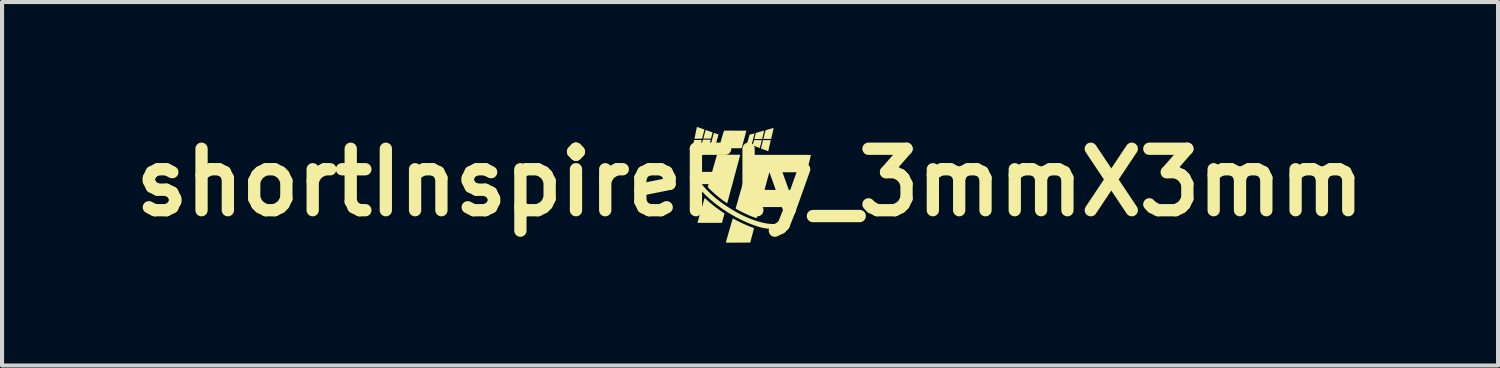
<source format=kicad_pcb>
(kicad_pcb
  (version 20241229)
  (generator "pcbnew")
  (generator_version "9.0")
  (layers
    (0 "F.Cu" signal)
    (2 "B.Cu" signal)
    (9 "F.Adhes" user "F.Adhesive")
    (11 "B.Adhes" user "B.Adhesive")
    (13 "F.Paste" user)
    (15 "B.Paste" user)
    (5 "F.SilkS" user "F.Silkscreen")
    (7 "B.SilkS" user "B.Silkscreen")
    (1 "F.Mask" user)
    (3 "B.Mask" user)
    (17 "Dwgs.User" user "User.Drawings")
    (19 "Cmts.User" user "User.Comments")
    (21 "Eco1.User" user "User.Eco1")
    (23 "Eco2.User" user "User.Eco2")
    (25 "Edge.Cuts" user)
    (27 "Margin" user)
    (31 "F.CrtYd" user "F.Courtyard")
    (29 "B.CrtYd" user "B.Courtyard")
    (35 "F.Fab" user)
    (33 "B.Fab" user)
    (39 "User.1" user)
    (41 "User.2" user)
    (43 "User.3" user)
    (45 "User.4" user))
  (footprint "shortInspireFly_3mmX3mm"
    (layer "F.Cu")
    (at 15.264 1.404)
    (property "Reference" "shortInspireFly_3mmX3mm" (at 0 0 0) (layer "F.SilkS") (effects (font (size 1.5 1.5) (thickness 0.3))))
    (attr board_only exclude_from_pos_files exclude_from_bom)
    (fp_poly (pts (xy 0.575 -1.325) (xy 0.573 -1.316) (xy 0.571 -1.303) (xy 0.567 -1.285) (xy 0.562 -1.265) (xy 0.557 -1.242) (xy 0.552 -1.218) (xy 0.546 -1.193) (xy 0.54 -1.168) (xy 0.535 -1.144) (xy 0.529 -1.121) (xy 0.525 -1.101) (xy 0.52 -1.085) (xy 0.518 -1.074) (xy 0.515 -1.062) (xy 0.42 -1.062) (xy 0.326 -1.062) (xy 0.352 -1.167) (xy 0.358 -1.192) (xy 0.364 -1.215) (xy 0.37 -1.235) (xy 0.374 -1.251) (xy 0.377 -1.264) (xy 0.38 -1.271) (xy 0.38 -1.273) (xy 0.384 -1.275) (xy 0.393 -1.277) (xy 0.406 -1.281) (xy 0.422 -1.286) (xy 0.442 -1.292) (xy 0.462 -1.298) (xy 0.483 -1.304) (xy 0.505 -1.31) (xy 0.524 -1.315) (xy 0.542 -1.32) (xy 0.557 -1.324) (xy 0.568 -1.327) (xy 0.575 -1.328) (xy 0.576 -1.328)) (stroke (width 0) (type solid)) (fill yes) (layer "F.SilkS"))
    (fp_poly (pts (xy 0.344 -1.26) (xy 0.342 -1.251) (xy 0.339 -1.238) (xy 0.335 -1.22) (xy 0.33 -1.2) (xy 0.324 -1.176) (xy 0.32 -1.163) (xy 0.296 -1.063) (xy 0.24 -1.061) (xy 0.205 -1.06) (xy 0.175 -1.059) (xy 0.15 -1.059) (xy 0.13 -1.059) (xy 0.116 -1.06) (xy 0.108 -1.061) (xy 0.106 -1.063) (xy 0.107 -1.067) (xy 0.109 -1.076) (xy 0.112 -1.089) (xy 0.116 -1.105) (xy 0.121 -1.123) (xy 0.126 -1.142) (xy 0.13 -1.16) (xy 0.135 -1.176) (xy 0.139 -1.19) (xy 0.141 -1.201) (xy 0.143 -1.206) (xy 0.144 -1.207) (xy 0.147 -1.208) (xy 0.156 -1.211) (xy 0.169 -1.215) (xy 0.185 -1.22) (xy 0.204 -1.225) (xy 0.225 -1.231) (xy 0.247 -1.237) (xy 0.268 -1.243) (xy 0.288 -1.249) (xy 0.307 -1.254) (xy 0.323 -1.258) (xy 0.335 -1.261) (xy 0.342 -1.263) (xy 0.344 -1.263)) (stroke (width 0) (type solid)) (fill yes) (layer "F.SilkS"))
    (fp_poly (pts (xy 0.216 -1.033) (xy 0.238 -1.033) (xy 0.256 -1.033) (xy 0.271 -1.032) (xy 0.281 -1.032) (xy 0.286 -1.031) (xy 0.287 -1.031) (xy 0.286 -1.026) (xy 0.284 -1.016) (xy 0.28 -1.001) (xy 0.276 -0.984) (xy 0.271 -0.965) (xy 0.266 -0.944) (xy 0.261 -0.923) (xy 0.255 -0.902) (xy 0.25 -0.883) (xy 0.245 -0.867) (xy 0.242 -0.853) (xy 0.239 -0.844) (xy 0.237 -0.84) (xy 0.237 -0.84) (xy 0.233 -0.841) (xy 0.224 -0.845) (xy 0.211 -0.849) (xy 0.194 -0.856) (xy 0.174 -0.863) (xy 0.152 -0.871) (xy 0.15 -0.872) (xy 0.125 -0.882) (xy 0.106 -0.889) (xy 0.091 -0.895) (xy 0.081 -0.9) (xy 0.074 -0.903) (xy 0.069 -0.906) (xy 0.067 -0.908) (xy 0.067 -0.91) (xy 0.067 -0.912) (xy 0.068 -0.917) (xy 0.07 -0.928) (xy 0.074 -0.942) (xy 0.078 -0.959) (xy 0.083 -0.976) (xy 0.098 -1.033) (xy 0.192 -1.033)) (stroke (width 0) (type solid)) (fill yes) (layer "F.SilkS"))
    (fp_poly (pts (xy -1.071 -1.275) (xy -1.056 -1.271) (xy -1.035 -1.264) (xy -1.01 -1.255) (xy -0.999 -1.251) (xy -0.977 -1.244) (xy -0.957 -1.237) (xy -0.941 -1.231) (xy -0.927 -1.226) (xy -0.918 -1.223) (xy -0.915 -1.222) (xy -0.915 -1.222) (xy -0.915 -1.218) (xy -0.917 -1.21) (xy -0.92 -1.198) (xy -0.924 -1.182) (xy -0.928 -1.164) (xy -0.933 -1.146) (xy -0.938 -1.127) (xy -0.942 -1.11) (xy -0.946 -1.094) (xy -0.95 -1.082) (xy -0.95 -1.081) (xy -0.953 -1.069) (xy -1.046 -1.069) (xy -1.071 -1.069) (xy -1.093 -1.069) (xy -1.112 -1.07) (xy -1.126 -1.07) (xy -1.136 -1.071) (xy -1.14 -1.072) (xy -1.14 -1.072) (xy -1.139 -1.075) (xy -1.137 -1.084) (xy -1.133 -1.097) (xy -1.128 -1.114) (xy -1.123 -1.134) (xy -1.117 -1.155) (xy -1.112 -1.177) (xy -1.106 -1.198) (xy -1.1 -1.219) (xy -1.095 -1.238) (xy -1.09 -1.254) (xy -1.087 -1.267) (xy -1.084 -1.275) (xy -1.084 -1.277) (xy -1.08 -1.277)) (stroke (width 0) (type solid)) (fill yes) (layer "F.SilkS"))
    (fp_poly (pts (xy -1.32 -1.036) (xy -1.299 -1.036) (xy -1.276 -1.036) (xy -1.271 -1.036) (xy -1.179 -1.035) (xy -1.206 -0.936) (xy -1.212 -0.912) (xy -1.218 -0.889) (xy -1.224 -0.87) (xy -1.228 -0.854) (xy -1.231 -0.843) (xy -1.233 -0.837) (xy -1.234 -0.836) (xy -1.237 -0.835) (xy -1.245 -0.832) (xy -1.258 -0.828) (xy -1.274 -0.823) (xy -1.293 -0.818) (xy -1.313 -0.812) (xy -1.333 -0.806) (xy -1.353 -0.8) (xy -1.372 -0.795) (xy -1.388 -0.79) (xy -1.4 -0.787) (xy -1.409 -0.784) (xy -1.411 -0.784) (xy -1.418 -0.783) (xy -1.419 -0.784) (xy -1.419 -0.786) (xy -1.418 -0.791) (xy -1.415 -0.8) (xy -1.412 -0.815) (xy -1.408 -0.834) (xy -1.403 -0.856) (xy -1.398 -0.881) (xy -1.392 -0.908) (xy -1.391 -0.913) (xy -1.385 -0.94) (xy -1.38 -0.965) (xy -1.375 -0.987) (xy -1.371 -1.006) (xy -1.367 -1.021) (xy -1.365 -1.031) (xy -1.364 -1.036) (xy -1.364 -1.036) (xy -1.36 -1.036) (xy -1.351 -1.036) (xy -1.338 -1.036)) (stroke (width 0) (type solid)) (fill yes) (layer "F.SilkS"))
    (fp_poly (pts (xy 0.473 -1.033) (xy 0.488 -1.033) (xy 0.499 -1.032) (xy 0.504 -1.032) (xy 0.504 -1.032) (xy 0.504 -1.029) (xy 0.503 -1.019) (xy 0.5 -1.003) (xy 0.495 -0.981) (xy 0.489 -0.952) (xy 0.481 -0.918) (xy 0.478 -0.904) (xy 0.471 -0.876) (xy 0.465 -0.85) (xy 0.46 -0.827) (xy 0.455 -0.806) (xy 0.451 -0.79) (xy 0.449 -0.778) (xy 0.448 -0.771) (xy 0.448 -0.77) (xy 0.446 -0.764) (xy 0.443 -0.761) (xy 0.44 -0.762) (xy 0.437 -0.763) (xy 0.428 -0.767) (xy 0.415 -0.772) (xy 0.398 -0.778) (xy 0.379 -0.786) (xy 0.357 -0.794) (xy 0.354 -0.795) (xy 0.332 -0.803) (xy 0.312 -0.811) (xy 0.295 -0.818) (xy 0.282 -0.823) (xy 0.272 -0.827) (xy 0.268 -0.828) (xy 0.268 -0.828) (xy 0.269 -0.832) (xy 0.27 -0.841) (xy 0.274 -0.854) (xy 0.278 -0.872) (xy 0.283 -0.893) (xy 0.288 -0.916) (xy 0.292 -0.931) (xy 0.318 -1.032) (xy 0.409 -1.033) (xy 0.433 -1.033) (xy 0.455 -1.033)) (stroke (width 0) (type solid)) (fill yes) (layer "F.SilkS"))
    (fp_poly (pts (xy -1.293 -1.354) (xy -1.284 -1.351) (xy -1.271 -1.347) (xy -1.255 -1.341) (xy -1.235 -1.334) (xy -1.213 -1.326) (xy -1.205 -1.324) (xy -1.115 -1.292) (xy -1.116 -1.283) (xy -1.117 -1.277) (xy -1.12 -1.267) (xy -1.123 -1.251) (xy -1.128 -1.232) (xy -1.134 -1.21) (xy -1.14 -1.186) (xy -1.144 -1.172) (xy -1.17 -1.07) (xy -1.194 -1.068) (xy -1.205 -1.068) (xy -1.221 -1.067) (xy -1.24 -1.067) (xy -1.262 -1.066) (xy -1.284 -1.066) (xy -1.287 -1.066) (xy -1.31 -1.066) (xy -1.327 -1.066) (xy -1.339 -1.066) (xy -1.347 -1.067) (xy -1.352 -1.067) (xy -1.354 -1.069) (xy -1.355 -1.07) (xy -1.355 -1.072) (xy -1.355 -1.076) (xy -1.353 -1.086) (xy -1.35 -1.1) (xy -1.346 -1.118) (xy -1.342 -1.139) (xy -1.337 -1.162) (xy -1.332 -1.187) (xy -1.326 -1.213) (xy -1.321 -1.239) (xy -1.316 -1.264) (xy -1.311 -1.288) (xy -1.306 -1.309) (xy -1.302 -1.327) (xy -1.299 -1.341) (xy -1.297 -1.35) (xy -1.296 -1.354) (xy -1.296 -1.355)) (stroke (width 0) (type solid)) (fill yes) (layer "F.SilkS"))
    (fp_poly (pts (xy 0.108 -1.193) (xy 0.106 -1.184) (xy 0.103 -1.17) (xy 0.099 -1.152) (xy 0.093 -1.131) (xy 0.087 -1.106) (xy 0.08 -1.079) (xy 0.077 -1.068) (xy 0.07 -1.04) (xy 0.063 -1.014) (xy 0.057 -0.99) (xy 0.052 -0.969) (xy 0.047 -0.951) (xy 0.044 -0.938) (xy 0.042 -0.931) (xy 0.041 -0.93) (xy 0.039 -0.923) (xy 0.036 -0.919) (xy 0.031 -0.918) (xy 0.023 -0.92) (xy 0.011 -0.924) (xy 0.003 -0.927) (xy -0.013 -0.934) (xy -0.031 -0.94) (xy -0.045 -0.945) (xy -0.07 -0.953) (xy -0.05 -1.025) (xy -0.043 -1.048) (xy -0.037 -1.072) (xy -0.031 -1.094) (xy -0.026 -1.113) (xy -0.022 -1.128) (xy -0.021 -1.131) (xy -0.017 -1.147) (xy -0.014 -1.157) (xy -0.011 -1.163) (xy -0.008 -1.166) (xy -0.004 -1.167) (xy -0.004 -1.167) (xy 0.002 -1.169) (xy 0.013 -1.172) (xy 0.028 -1.176) (xy 0.045 -1.18) (xy 0.056 -1.184) (xy 0.073 -1.188) (xy 0.088 -1.192) (xy 0.1 -1.195) (xy 0.107 -1.196) (xy 0.109 -1.196)) (stroke (width 0) (type solid)) (fill yes) (layer "F.SilkS"))
    (fp_poly (pts (xy -1.026 -1.043) (xy -1.004 -1.043) (xy -0.988 -1.043) (xy -0.976 -1.042) (xy -0.968 -1.042) (xy -0.964 -1.041) (xy -0.961 -1.04) (xy -0.96 -1.039) (xy -0.961 -1.037) (xy -0.962 -1.033) (xy -0.964 -1.023) (xy -0.968 -1.009) (xy -0.972 -0.992) (xy -0.977 -0.973) (xy -0.977 -0.972) (xy -0.982 -0.953) (xy -0.987 -0.937) (xy -0.991 -0.923) (xy -0.994 -0.913) (xy -0.996 -0.909) (xy -0.996 -0.909) (xy -0.999 -0.907) (xy -1.008 -0.904) (xy -1.022 -0.9) (xy -1.038 -0.895) (xy -1.058 -0.889) (xy -1.079 -0.882) (xy -1.1 -0.875) (xy -1.122 -0.869) (xy -1.143 -0.863) (xy -1.161 -0.857) (xy -1.177 -0.852) (xy -1.189 -0.849) (xy -1.197 -0.847) (xy -1.199 -0.847) (xy -1.201 -0.849) (xy -1.201 -0.85) (xy -1.2 -0.854) (xy -1.198 -0.863) (xy -1.194 -0.877) (xy -1.19 -0.894) (xy -1.184 -0.913) (xy -1.179 -0.933) (xy -1.173 -0.954) (xy -1.167 -0.975) (xy -1.162 -0.994) (xy -1.157 -1.011) (xy -1.153 -1.024) (xy -1.151 -1.033) (xy -1.149 -1.036) (xy -1.146 -1.043) (xy -1.053 -1.043)) (stroke (width 0) (type solid)) (fill yes) (layer "F.SilkS"))
    (fp_poly (pts (xy -0.88 -1.207) (xy -0.872 -1.205) (xy -0.86 -1.201) (xy -0.846 -1.197) (xy -0.83 -1.192) (xy -0.814 -1.187) (xy -0.799 -1.182) (xy -0.786 -1.177) (xy -0.776 -1.173) (xy -0.771 -1.171) (xy -0.77 -1.171) (xy -0.771 -1.168) (xy -0.773 -1.159) (xy -0.777 -1.146) (xy -0.781 -1.13) (xy -0.786 -1.111) (xy -0.792 -1.09) (xy -0.798 -1.069) (xy -0.804 -1.048) (xy -0.809 -1.027) (xy -0.815 -1.009) (xy -0.819 -0.993) (xy -0.823 -0.982) (xy -0.824 -0.976) (xy -0.831 -0.956) (xy -0.864 -0.946) (xy -0.882 -0.941) (xy -0.902 -0.935) (xy -0.92 -0.929) (xy -0.926 -0.927) (xy -0.94 -0.923) (xy -0.949 -0.921) (xy -0.954 -0.921) (xy -0.956 -0.922) (xy -0.956 -0.923) (xy -0.955 -0.927) (xy -0.953 -0.936) (xy -0.95 -0.95) (xy -0.945 -0.968) (xy -0.94 -0.99) (xy -0.934 -1.013) (xy -0.928 -1.038) (xy -0.921 -1.064) (xy -0.915 -1.09) (xy -0.908 -1.115) (xy -0.902 -1.139) (xy -0.896 -1.16) (xy -0.892 -1.178) (xy -0.888 -1.193) (xy -0.885 -1.203) (xy -0.884 -1.207) (xy -0.884 -1.207)) (stroke (width 0) (type solid)) (fill yes) (layer "F.SilkS"))
    (fp_poly (pts (xy -1.106 0.382) (xy -1.1 0.387) (xy -1.09 0.395) (xy -1.078 0.406) (xy -1.071 0.413) (xy -1.001 0.476) (xy -0.925 0.539) (xy -0.844 0.602) (xy -0.761 0.664) (xy -0.681 0.719) (xy -0.665 0.731) (xy -0.65 0.741) (xy -0.638 0.75) (xy -0.629 0.757) (xy -0.625 0.761) (xy -0.625 0.761) (xy -0.625 0.765) (xy -0.628 0.774) (xy -0.631 0.788) (xy -0.636 0.806) (xy -0.642 0.828) (xy -0.648 0.852) (xy -0.655 0.876) (xy -0.685 0.987) (xy -0.985 0.988) (xy -1.037 0.988) (xy -1.084 0.988) (xy -1.124 0.988) (xy -1.159 0.988) (xy -1.189 0.988) (xy -1.214 0.987) (xy -1.235 0.987) (xy -1.252 0.987) (xy -1.264 0.987) (xy -1.274 0.986) (xy -1.28 0.986) (xy -1.283 0.985) (xy -1.284 0.984) (xy -1.283 0.981) (xy -1.28 0.971) (xy -1.276 0.957) (xy -1.27 0.937) (xy -1.263 0.913) (xy -1.255 0.885) (xy -1.246 0.853) (xy -1.236 0.818) (xy -1.225 0.781) (xy -1.213 0.74) (xy -1.201 0.699) (xy -1.196 0.681) (xy -1.184 0.638) (xy -1.172 0.598) (xy -1.161 0.559) (xy -1.151 0.523) (xy -1.141 0.49) (xy -1.133 0.461) (xy -1.125 0.435) (xy -1.119 0.414) (xy -1.114 0.398) (xy -1.111 0.387) (xy -1.109 0.381) (xy -1.109 0.38)) (stroke (width 0) (type solid)) (fill yes) (layer "F.SilkS"))
    (fp_poly (pts (xy -0.459 -1.265) (xy -0.415 -1.265) (xy -0.366 -1.264) (xy -0.36 -1.264) (xy -0.088 -1.264) (xy -0.145 -1.054) (xy -0.154 -1.019) (xy -0.164 -0.985) (xy -0.172 -0.953) (xy -0.18 -0.924) (xy -0.187 -0.899) (xy -0.193 -0.877) (xy -0.198 -0.86) (xy -0.201 -0.848) (xy -0.203 -0.841) (xy -0.204 -0.839) (xy -0.204 -0.838) (xy -0.206 -0.838) (xy -0.208 -0.837) (xy -0.213 -0.836) (xy -0.219 -0.836) (xy -0.227 -0.835) (xy -0.239 -0.835) (xy -0.253 -0.834) (xy -0.272 -0.834) (xy -0.294 -0.834) (xy -0.32 -0.834) (xy -0.352 -0.834) (xy -0.388 -0.834) (xy -0.43 -0.834) (xy -0.479 -0.834) (xy -0.481 -0.834) (xy -0.524 -0.834) (xy -0.565 -0.834) (xy -0.603 -0.834) (xy -0.638 -0.834) (xy -0.669 -0.835) (xy -0.696 -0.835) (xy -0.719 -0.835) (xy -0.737 -0.836) (xy -0.75 -0.836) (xy -0.757 -0.836) (xy -0.758 -0.837) (xy -0.757 -0.84) (xy -0.755 -0.849) (xy -0.752 -0.863) (xy -0.747 -0.882) (xy -0.741 -0.904) (xy -0.734 -0.929) (xy -0.726 -0.957) (xy -0.717 -0.986) (xy -0.709 -1.017) (xy -0.7 -1.048) (xy -0.691 -1.08) (xy -0.682 -1.111) (xy -0.673 -1.14) (xy -0.665 -1.168) (xy -0.658 -1.193) (xy -0.651 -1.215) (xy -0.645 -1.234) (xy -0.641 -1.248) (xy -0.638 -1.257) (xy -0.636 -1.261) (xy -0.636 -1.261) (xy -0.634 -1.262) (xy -0.63 -1.263) (xy -0.622 -1.263) (xy -0.611 -1.264) (xy -0.597 -1.264) (xy -0.579 -1.264) (xy -0.556 -1.264) (xy -0.529 -1.265) (xy -0.496 -1.265)) (stroke (width 0) (type solid)) (fill yes) (layer "F.SilkS"))
    (fp_poly (pts (xy -0.413 0.883) (xy -0.412 0.884) (xy -0.41 0.885) (xy -0.406 0.888) (xy -0.397 0.893) (xy -0.383 0.9) (xy -0.366 0.909) (xy -0.347 0.92) (xy -0.325 0.931) (xy -0.303 0.942) (xy -0.28 0.953) (xy -0.258 0.964) (xy -0.238 0.974) (xy -0.219 0.983) (xy -0.216 0.985) (xy -0.167 1.008) (xy -0.117 1.03) (xy -0.066 1.052) (xy -0.018 1.072) (xy 0.028 1.089) (xy 0.038 1.093) (xy 0.058 1.101) (xy 0.074 1.107) (xy 0.084 1.111) (xy 0.091 1.115) (xy 0.095 1.118) (xy 0.096 1.12) (xy 0.096 1.122) (xy 0.096 1.126) (xy 0.093 1.136) (xy 0.089 1.151) (xy 0.084 1.17) (xy 0.078 1.193) (xy 0.071 1.22) (xy 0.064 1.249) (xy 0.055 1.28) (xy 0.05 1.299) (xy 0.005 1.47) (xy -0.294 1.47) (xy -0.346 1.471) (xy -0.393 1.471) (xy -0.433 1.471) (xy -0.468 1.471) (xy -0.498 1.471) (xy -0.523 1.47) (xy -0.543 1.47) (xy -0.56 1.47) (xy -0.573 1.469) (xy -0.582 1.469) (xy -0.588 1.468) (xy -0.591 1.468) (xy -0.592 1.467) (xy -0.59 1.464) (xy -0.588 1.454) (xy -0.583 1.44) (xy -0.578 1.42) (xy -0.571 1.396) (xy -0.563 1.368) (xy -0.554 1.336) (xy -0.544 1.302) (xy -0.533 1.264) (xy -0.522 1.224) (xy -0.51 1.183) (xy -0.507 1.173) (xy -0.492 1.123) (xy -0.48 1.079) (xy -0.469 1.041) (xy -0.459 1.008) (xy -0.451 0.98) (xy -0.444 0.956) (xy -0.438 0.936) (xy -0.433 0.92) (xy -0.428 0.907) (xy -0.425 0.898) (xy -0.422 0.891) (xy -0.419 0.886) (xy -0.417 0.883) (xy -0.415 0.882)) (stroke (width 0) (type solid)) (fill yes) (layer "F.SilkS"))
    (fp_poly (pts (xy -0.472 -0.676) (xy -0.429 -0.676) (xy -0.391 -0.676) (xy -0.359 -0.676) (xy -0.332 -0.676) (xy -0.309 -0.676) (xy -0.29 -0.675) (xy -0.275 -0.675) (xy -0.263 -0.675) (xy -0.254 -0.674) (xy -0.248 -0.674) (xy -0.243 -0.673) (xy -0.241 -0.673) (xy -0.24 -0.672) (xy -0.239 -0.671) (xy -0.24 -0.67) (xy -0.241 -0.667) (xy -0.243 -0.657) (xy -0.247 -0.642) (xy -0.253 -0.622) (xy -0.26 -0.596) (xy -0.268 -0.566) (xy -0.277 -0.532) (xy -0.287 -0.493) (xy -0.299 -0.451) (xy -0.311 -0.405) (xy -0.324 -0.356) (xy -0.338 -0.304) (xy -0.352 -0.25) (xy -0.368 -0.194) (xy -0.383 -0.135) (xy -0.398 -0.082) (xy -0.414 -0.022) (xy -0.429 0.036) (xy -0.444 0.092) (xy -0.459 0.146) (xy -0.473 0.197) (xy -0.486 0.246) (xy -0.498 0.291) (xy -0.509 0.333) (xy -0.519 0.371) (xy -0.529 0.405) (xy -0.537 0.435) (xy -0.543 0.46) (xy -0.549 0.48) (xy -0.553 0.494) (xy -0.555 0.503) (xy -0.556 0.506) (xy -0.558 0.508) (xy -0.561 0.507) (xy -0.567 0.505) (xy -0.576 0.499) (xy -0.589 0.49) (xy -0.594 0.487) (xy -0.616 0.472) (xy -0.642 0.453) (xy -0.669 0.433) (xy -0.698 0.411) (xy -0.726 0.39) (xy -0.753 0.369) (xy -0.775 0.351) (xy -0.777 0.349) (xy -0.802 0.329) (xy -0.828 0.307) (xy -0.854 0.285) (xy -0.88 0.262) (xy -0.905 0.239) (xy -0.929 0.216) (xy -0.952 0.195) (xy -0.973 0.175) (xy -0.991 0.157) (xy -1.006 0.141) (xy -1.018 0.128) (xy -1.026 0.118) (xy -1.03 0.111) (xy -1.03 0.11) (xy -1.029 0.106) (xy -1.027 0.097) (xy -1.023 0.082) (xy -1.017 0.062) (xy -1.011 0.038) (xy -1.003 0.01) (xy -0.994 -0.021) (xy -0.984 -0.055) (xy -0.974 -0.092) (xy -0.963 -0.131) (xy -0.951 -0.172) (xy -0.939 -0.213) (xy -0.927 -0.256) (xy -0.915 -0.299) (xy -0.903 -0.341) (xy -0.891 -0.383) (xy -0.879 -0.424) (xy -0.868 -0.463) (xy -0.857 -0.5) (xy -0.847 -0.535) (xy -0.838 -0.566) (xy -0.83 -0.595) (xy -0.823 -0.619) (xy -0.817 -0.639) (xy -0.813 -0.654) (xy -0.809 -0.664) (xy -0.808 -0.669) (xy -0.805 -0.676) (xy -0.521 -0.676)) (stroke (width 0) (type solid)) (fill yes) (layer "F.SilkS"))
    (fp_poly (pts (xy -0.835 -0.795) (xy -0.827 -0.794) (xy -0.824 -0.792) (xy -0.827 -0.789) (xy -0.831 -0.789) (xy -0.839 -0.788) (xy -0.852 -0.786) (xy -0.868 -0.783) (xy -0.888 -0.779) (xy -0.909 -0.774) (xy -0.93 -0.769) (xy -0.951 -0.764) (xy -0.97 -0.76) (xy -0.985 -0.755) (xy -0.997 -0.752) (xy -0.997 -0.752) (xy -1.039 -0.736) (xy -1.081 -0.717) (xy -1.121 -0.697) (xy -1.159 -0.676) (xy -1.194 -0.654) (xy -1.215 -0.638) (xy -1.253 -0.605) (xy -1.285 -0.57) (xy -1.311 -0.533) (xy -1.331 -0.494) (xy -1.345 -0.451) (xy -1.355 -0.406) (xy -1.356 -0.398) (xy -1.358 -0.354) (xy -1.354 -0.307) (xy -1.344 -0.259) (xy -1.328 -0.208) (xy -1.306 -0.156) (xy -1.277 -0.102) (xy -1.243 -0.046) (xy -1.202 0.012) (xy -1.155 0.072) (xy -1.102 0.134) (xy -1.072 0.167) (xy -1.02 0.221) (xy -0.962 0.276) (xy -0.9 0.332) (xy -0.834 0.388) (xy -0.764 0.443) (xy -0.692 0.497) (xy -0.618 0.549) (xy -0.571 0.581) (xy -0.478 0.641) (xy -0.384 0.697) (xy -0.29 0.749) (xy -0.196 0.797) (xy -0.103 0.841) (xy -0.011 0.88) (xy 0.08 0.915) (xy 0.169 0.945) (xy 0.255 0.97) (xy 0.34 0.99) (xy 0.421 1.005) (xy 0.444 1.008) (xy 0.47 1.011) (xy 0.499 1.013) (xy 0.53 1.014) (xy 0.561 1.015) (xy 0.591 1.015) (xy 0.618 1.014) (xy 0.641 1.012) (xy 0.647 1.011) (xy 0.673 1.007) (xy 0.699 1.001) (xy 0.725 0.994) (xy 0.749 0.987) (xy 0.77 0.979) (xy 0.786 0.972) (xy 0.791 0.968) (xy 0.81 0.954) (xy 0.827 0.936) (xy 0.842 0.918) (xy 0.849 0.906) (xy 0.859 0.882) (xy 0.865 0.857) (xy 0.865 0.831) (xy 0.861 0.804) (xy 0.851 0.774) (xy 0.842 0.753) (xy 0.827 0.723) (xy 0.844 0.74) (xy 0.862 0.763) (xy 0.879 0.787) (xy 0.893 0.811) (xy 0.903 0.833) (xy 0.903 0.835) (xy 0.909 0.856) (xy 0.913 0.881) (xy 0.914 0.907) (xy 0.914 0.931) (xy 0.911 0.951) (xy 0.902 0.98) (xy 0.887 1.007) (xy 0.867 1.033) (xy 0.842 1.057) (xy 0.812 1.079) (xy 0.779 1.097) (xy 0.743 1.112) (xy 0.724 1.118) (xy 0.686 1.127) (xy 0.644 1.133) (xy 0.599 1.137) (xy 0.552 1.138) (xy 0.507 1.136) (xy 0.436 1.13) (xy 0.368 1.12) (xy 0.303 1.108) (xy 0.242 1.093) (xy 0.236 1.091) (xy 0.142 1.062) (xy 0.046 1.027) (xy -0.052 0.988) (xy -0.151 0.944) (xy -0.25 0.895) (xy -0.35 0.844) (xy -0.448 0.788) (xy -0.545 0.73) (xy -0.64 0.669) (xy -0.732 0.605) (xy -0.773 0.575) (xy -0.837 0.527) (xy -0.9 0.475) (xy -0.962 0.423) (xy -1.022 0.369) (xy -1.078 0.316) (xy -1.131 0.263) (xy -1.179 0.212) (xy -1.196 0.193) (xy -1.23 0.152) (xy -1.264 0.109) (xy -1.297 0.065) (xy -1.326 0.022) (xy -1.353 -0.02) (xy -1.376 -0.059) (xy -1.389 -0.083) (xy -1.402 -0.11) (xy -1.412 -0.134) (xy -1.421 -0.156) (xy -1.428 -0.178) (xy -1.435 -0.204) (xy -1.435 -0.205) (xy -1.446 -0.26) (xy -1.451 -0.313) (xy -1.449 -0.365) (xy -1.441 -0.415) (xy -1.428 -0.463) (xy -1.409 -0.509) (xy -1.384 -0.552) (xy -1.353 -0.592) (xy -1.318 -0.63) (xy -1.277 -0.664) (xy -1.23 -0.695) (xy -1.185 -0.719) (xy -1.142 -0.738) (xy -1.096 -0.754) (xy -1.047 -0.769) (xy -1 -0.78) (xy -0.959 -0.787) (xy -0.942 -0.789) (xy -0.922 -0.791) (xy -0.902 -0.793) (xy -0.882 -0.794) (xy -0.864 -0.795) (xy -0.848 -0.795)) (stroke (width 0) (type solid)) (fill yes) (layer "F.SilkS"))
    (fp_poly (pts (xy 0.837 -0.673) (xy 0.913 -0.673) (xy 0.984 -0.673) (xy 1.048 -0.673) (xy 1.107 -0.673) (xy 1.16 -0.673) (xy 1.209 -0.673) (xy 1.252 -0.672) (xy 1.291 -0.672) (xy 1.326 -0.672) (xy 1.356 -0.672) (xy 1.383 -0.672) (xy 1.406 -0.672) (xy 1.426 -0.671) (xy 1.442 -0.671) (xy 1.455 -0.671) (xy 1.466 -0.67) (xy 1.474 -0.67) (xy 1.48 -0.67) (xy 1.484 -0.669) (xy 1.486 -0.669) (xy 1.486 -0.668) (xy 1.484 -0.661) (xy 1.481 -0.65) (xy 1.478 -0.637) (xy 1.474 -0.623) (xy 1.472 -0.61) (xy 1.47 -0.6) (xy 1.469 -0.594) (xy 1.469 -0.594) (xy 1.468 -0.59) (xy 1.466 -0.581) (xy 1.462 -0.566) (xy 1.458 -0.548) (xy 1.452 -0.526) (xy 1.446 -0.502) (xy 1.439 -0.475) (xy 1.432 -0.448) (xy 1.424 -0.419) (xy 1.417 -0.391) (xy 1.409 -0.364) (xy 1.403 -0.338) (xy 1.396 -0.315) (xy 1.391 -0.294) (xy 1.386 -0.277) (xy 1.383 -0.265) (xy 1.381 -0.258) (xy 1.377 -0.248) (xy 0.928 -0.248) (xy 0.862 -0.248) (xy 0.802 -0.248) (xy 0.748 -0.248) (xy 0.7 -0.248) (xy 0.658 -0.247) (xy 0.62 -0.247) (xy 0.588 -0.247) (xy 0.56 -0.247) (xy 0.536 -0.246) (xy 0.517 -0.246) (xy 0.501 -0.246) (xy 0.49 -0.245) (xy 0.481 -0.245) (xy 0.476 -0.244) (xy 0.473 -0.244) (xy 0.473 -0.244) (xy 0.471 -0.24) (xy 0.468 -0.23) (xy 0.463 -0.215) (xy 0.457 -0.194) (xy 0.45 -0.169) (xy 0.442 -0.139) (xy 0.432 -0.105) (xy 0.422 -0.067) (xy 0.412 -0.032) (xy 0.403 0.003) (xy 0.394 0.037) (xy 0.385 0.068) (xy 0.377 0.097) (xy 0.371 0.122) (xy 0.365 0.143) (xy 0.36 0.16) (xy 0.357 0.172) (xy 0.355 0.178) (xy 0.355 0.179) (xy 0.356 0.18) (xy 0.359 0.181) (xy 0.365 0.181) (xy 0.375 0.181) (xy 0.387 0.182) (xy 0.403 0.182) (xy 0.423 0.182) (xy 0.447 0.183) (xy 0.476 0.183) (xy 0.509 0.183) (xy 0.547 0.183) (xy 0.59 0.183) (xy 0.639 0.183) (xy 0.693 0.183) (xy 0.754 0.183) (xy 0.793 0.183) (xy 1.233 0.183) (xy 1.224 0.213) (xy 1.221 0.227) (xy 1.218 0.24) (xy 1.216 0.25) (xy 1.216 0.253) (xy 1.215 0.257) (xy 1.212 0.267) (xy 1.208 0.282) (xy 1.204 0.301) (xy 1.198 0.323) (xy 1.191 0.348) (xy 1.184 0.375) (xy 1.177 0.403) (xy 1.17 0.431) (xy 1.162 0.46) (xy 1.155 0.487) (xy 1.148 0.513) (xy 1.142 0.536) (xy 1.136 0.557) (xy 1.132 0.573) (xy 1.128 0.585) (xy 1.126 0.592) (xy 1.123 0.602) (xy 0.68 0.602) (xy 0.236 0.602) (xy 0.203 0.725) (xy 0.196 0.753) (xy 0.189 0.779) (xy 0.183 0.803) (xy 0.177 0.823) (xy 0.173 0.84) (xy 0.169 0.852) (xy 0.167 0.86) (xy 0.167 0.86) (xy 0.163 0.869) (xy 0.158 0.872) (xy 0.154 0.871) (xy 0.144 0.868) (xy 0.131 0.864) (xy 0.115 0.858) (xy 0.106 0.855) (xy 0.037 0.829) (xy -0.031 0.801) (xy -0.098 0.771) (xy -0.167 0.738) (xy -0.198 0.723) (xy -0.236 0.703) (xy -0.269 0.686) (xy -0.296 0.671) (xy -0.318 0.659) (xy -0.334 0.649) (xy -0.345 0.642) (xy -0.35 0.637) (xy -0.35 0.637) (xy -0.349 0.633) (xy -0.347 0.624) (xy -0.343 0.609) (xy -0.337 0.588) (xy -0.33 0.563) (xy -0.322 0.533) (xy -0.312 0.498) (xy -0.301 0.459) (xy -0.289 0.417) (xy -0.276 0.37) (xy -0.262 0.321) (xy -0.247 0.268) (xy -0.231 0.213) (xy -0.214 0.155) (xy -0.197 0.096) (xy -0.18 0.034) (xy -0.164 -0.019) (xy -0.146 -0.082) (xy -0.129 -0.144) (xy -0.112 -0.203) (xy -0.095 -0.26) (xy -0.079 -0.315) (xy -0.065 -0.367) (xy -0.051 -0.416) (xy -0.038 -0.461) (xy -0.026 -0.503) (xy -0.015 -0.541) (xy -0.005 -0.574) (xy 0.003 -0.603) (xy 0.01 -0.628) (xy 0.016 -0.647) (xy 0.02 -0.661) (xy 0.022 -0.669) (xy 0.023 -0.671) (xy 0.026 -0.672) (xy 0.035 -0.672) (xy 0.05 -0.672) (xy 0.071 -0.672) (xy 0.097 -0.672) (xy 0.128 -0.672) (xy 0.164 -0.672) (xy 0.204 -0.672) (xy 0.249 -0.672) (xy 0.297 -0.673) (xy 0.349 -0.673) (xy 0.404 -0.673) (xy 0.462 -0.673) (xy 0.523 -0.673) (xy 0.586 -0.673) (xy 0.652 -0.673) (xy 0.719 -0.673) (xy 0.755 -0.673)) (stroke (width 0) (type solid)) (fill yes) (layer "F.SilkS")))
  (gr_rect
    (start -3 -3)
    (end 33.529 5.875)
    (stroke (width 0.1) (type default))
    (fill no)
    (layer "Edge.Cuts")))
</source>
